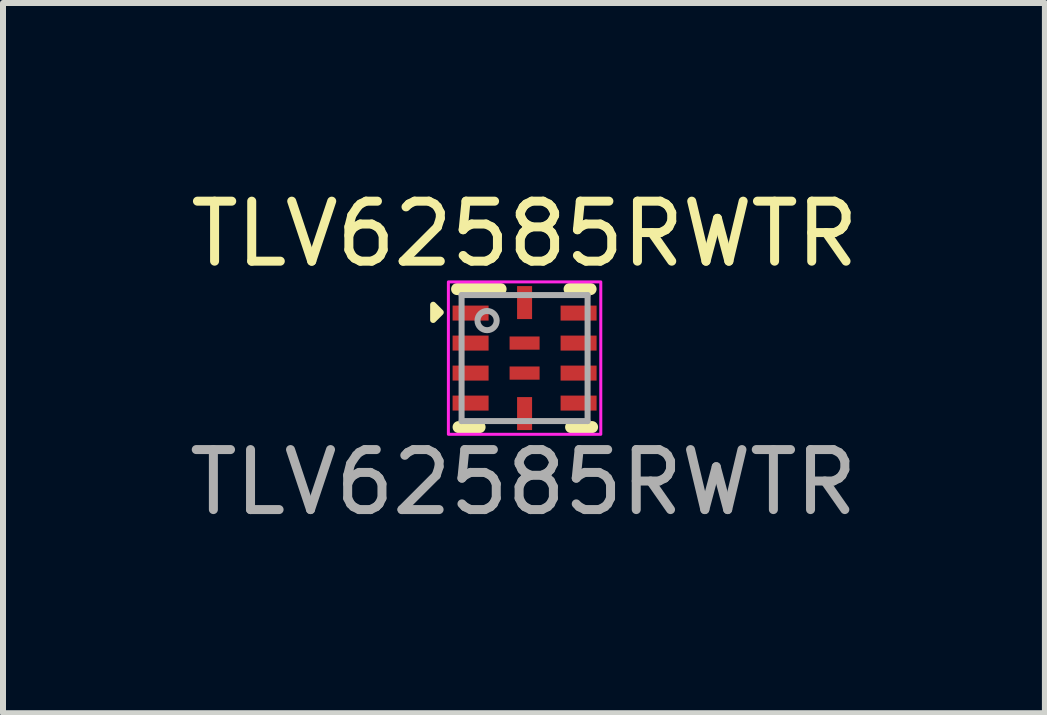
<source format=kicad_pcb>
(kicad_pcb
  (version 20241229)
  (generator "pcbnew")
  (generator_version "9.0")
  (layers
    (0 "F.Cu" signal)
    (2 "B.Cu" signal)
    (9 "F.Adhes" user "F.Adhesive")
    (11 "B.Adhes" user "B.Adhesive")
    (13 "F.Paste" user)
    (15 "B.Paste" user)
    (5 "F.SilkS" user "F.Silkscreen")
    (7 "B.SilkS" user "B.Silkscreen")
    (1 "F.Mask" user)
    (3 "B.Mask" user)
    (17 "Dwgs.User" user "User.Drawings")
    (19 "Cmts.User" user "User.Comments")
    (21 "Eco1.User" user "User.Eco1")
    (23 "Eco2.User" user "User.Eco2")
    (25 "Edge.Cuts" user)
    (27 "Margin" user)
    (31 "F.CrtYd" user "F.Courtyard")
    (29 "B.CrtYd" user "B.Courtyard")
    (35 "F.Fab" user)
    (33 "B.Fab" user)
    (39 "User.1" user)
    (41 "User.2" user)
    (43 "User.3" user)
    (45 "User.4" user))
  (footprint "TLV62585RWTR"
    (layer "F.Cu")
    (at 5.693 2.918)
    (property "Reference" "TLV62585RWTR" (at 0 -2.07 0) (unlocked yes) (layer "F.SilkS") (effects (font (size 1 1) (thickness 0.15))))
    (attr smd)
    (fp_line (start -1.125 -1.15) (end -0.4 -1.15) (stroke (width 0.2) (type solid)) (layer "F.SilkS"))
    (fp_line (start -1.1 1.15) (end -0.75 1.15) (stroke (width 0.2) (type solid)) (layer "F.SilkS"))
    (fp_line (start 0.75 -1.15) (end 1.1 -1.15) (stroke (width 0.2) (type solid)) (layer "F.SilkS"))
    (fp_line (start 0.775 1.15) (end 1.125 1.15) (stroke (width 0.2) (type solid)) (layer "F.SilkS"))
    (fp_poly (pts (xy -1.397 -0.762) (xy -1.524 -0.889) (xy -1.524 -0.635)) (stroke (width 0.1) (type solid)) (fill yes) (layer "F.SilkS"))
    (fp_rect (start -1.27 -1.27) (end 1.27 1.27) (stroke (width 0.05) (type default)) (fill no) (layer "F.CrtYd"))
    (fp_line (start -1.05 -1.05) (end 1.05 -1.05) (stroke (width 0.1) (type solid)) (layer "F.Fab"))
    (fp_line (start -1.05 1.05) (end -1.05 -1.05) (stroke (width 0.1) (type solid)) (layer "F.Fab"))
    (fp_line (start -1.05 1.05) (end 1.05 1.05) (stroke (width 0.1) (type solid)) (layer "F.Fab"))
    (fp_line (start 1.05 1.05) (end 1.05 -1.05) (stroke (width 0.1) (type solid)) (layer "F.Fab"))
    (fp_circle (center -0.625 -0.625) (end -0.465 -0.625) (stroke (width 0.1) (type solid)) (fill no) (layer "F.Fab"))
    (fp_text user "${REFERENCE}" (at -0.02 2.07 0) (unlocked yes) (layer "F.Fab") (effects (font (size 1 1) (thickness 0.15))))
    (pad "1" smd rect (at -0.9 -0.75) (size 0.6 0.25) (layers "F.Cu" "F.Mask" "F.Paste"))
    (pad "2" smd rect (at -0.9 -0.25) (size 0.6 0.25) (layers "F.Cu" "F.Mask" "F.Paste"))
    (pad "3" smd rect (at -0.9 0.25) (size 0.6 0.25) (layers "F.Cu" "F.Mask" "F.Paste"))
    (pad "4" smd rect (at -0.9 0.75) (size 0.6 0.25) (layers "F.Cu" "F.Mask" "F.Paste"))
    (pad "5" smd rect (at 0 0.925 90) (size 0.55 0.25) (layers "F.Cu" "F.Mask" "F.Paste"))
    (pad "6" smd rect (at 0.9 0.75) (size 0.6 0.25) (layers "F.Cu" "F.Mask" "F.Paste"))
    (pad "7" smd rect (at 0.9 0.25) (size 0.6 0.25) (layers "F.Cu" "F.Mask" "F.Paste"))
    (pad "8" smd rect (at 0.9 -0.25) (size 0.6 0.25) (layers "F.Cu" "F.Mask" "F.Paste"))
    (pad "9" smd rect (at 0.9 -0.75) (size 0.6 0.25) (layers "F.Cu" "F.Mask" "F.Paste"))
    (pad "10" smd rect (at 0 -0.925 90) (size 0.55 0.25) (layers "F.Cu" "F.Mask" "F.Paste"))
    (pad "11" smd rect (at 0 -0.25) (size 0.5 0.22) (layers "F.Cu" "F.Mask" "F.Paste"))
    (pad "12" smd rect (at 0 0.25) (size 0.5 0.22) (layers "F.Cu" "F.Mask" "F.Paste")))
  (gr_rect
    (start -3 -3)
    (end 14.365 8.836)
    (stroke (width 0.1) (type default))
    (fill no)
    (layer "Edge.Cuts")))
</source>
